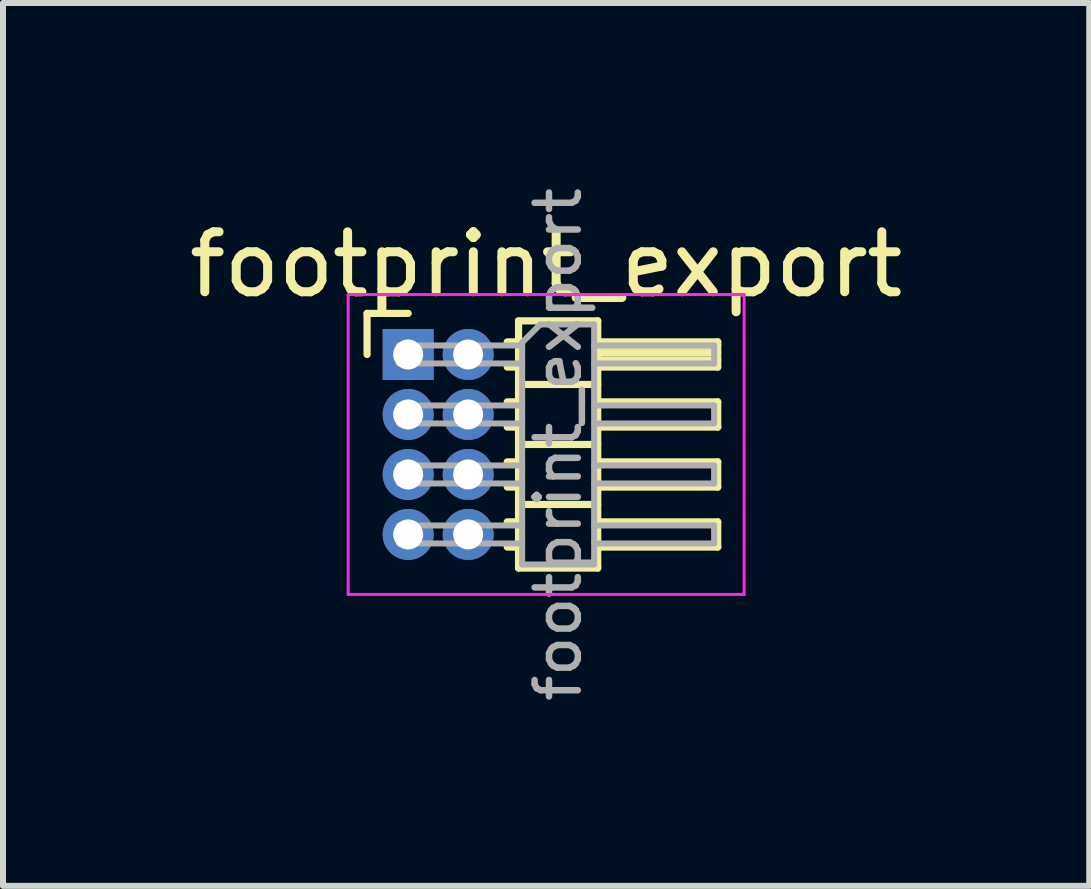
<source format=kicad_pcb>
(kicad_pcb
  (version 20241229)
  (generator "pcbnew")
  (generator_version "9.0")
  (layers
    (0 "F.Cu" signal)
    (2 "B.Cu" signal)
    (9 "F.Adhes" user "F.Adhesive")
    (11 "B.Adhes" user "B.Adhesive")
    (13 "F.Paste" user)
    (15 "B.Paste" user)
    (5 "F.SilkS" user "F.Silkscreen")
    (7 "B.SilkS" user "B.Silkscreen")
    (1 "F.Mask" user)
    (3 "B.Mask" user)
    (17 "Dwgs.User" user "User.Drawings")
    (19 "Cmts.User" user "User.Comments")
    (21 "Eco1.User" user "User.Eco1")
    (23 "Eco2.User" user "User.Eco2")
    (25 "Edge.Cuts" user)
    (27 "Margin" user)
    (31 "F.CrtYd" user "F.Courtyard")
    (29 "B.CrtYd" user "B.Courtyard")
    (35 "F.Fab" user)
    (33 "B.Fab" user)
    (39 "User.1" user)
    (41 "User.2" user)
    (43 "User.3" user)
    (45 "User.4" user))
  (footprint "footprint_export"
    (layer "F.Cu")
    (at 3.754 2.859)
    (property "Reference" "footprint_export" (at 2.3 -1.5 0) (layer "F.SilkS") (effects (font (size 1 1) (thickness 0.15))))
    (attr through_hole)
    (fp_line (start -0.685 -0.685) (end 0 -0.685) (stroke (width 0.12) (type solid)) (layer "F.SilkS"))
    (fp_line (start -0.685 0) (end -0.685 -0.685) (stroke (width 0.12) (type solid)) (layer "F.SilkS"))
    (fp_line (start 1.652 -0.21) (end 1.84 -0.21) (stroke (width 0.12) (type solid)) (layer "F.SilkS"))
    (fp_line (start 1.652 0.21) (end 1.84 0.21) (stroke (width 0.12) (type solid)) (layer "F.SilkS"))
    (fp_line (start 1.652 0.79) (end 1.84 0.79) (stroke (width 0.12) (type solid)) (layer "F.SilkS"))
    (fp_line (start 1.652 1.21) (end 1.84 1.21) (stroke (width 0.12) (type solid)) (layer "F.SilkS"))
    (fp_line (start 1.652 1.79) (end 1.84 1.79) (stroke (width 0.12) (type solid)) (layer "F.SilkS"))
    (fp_line (start 1.652 2.21) (end 1.84 2.21) (stroke (width 0.12) (type solid)) (layer "F.SilkS"))
    (fp_line (start 1.652 2.79) (end 1.84 2.79) (stroke (width 0.12) (type solid)) (layer "F.SilkS"))
    (fp_line (start 1.652 3.21) (end 1.84 3.21) (stroke (width 0.12) (type solid)) (layer "F.SilkS"))
    (fp_line (start 1.84 -0.56) (end 1.84 3.56) (stroke (width 0.12) (type solid)) (layer "F.SilkS"))
    (fp_line (start 1.84 0.5) (end 3.16 0.5) (stroke (width 0.12) (type solid)) (layer "F.SilkS"))
    (fp_line (start 1.84 1.5) (end 3.16 1.5) (stroke (width 0.12) (type solid)) (layer "F.SilkS"))
    (fp_line (start 1.84 2.5) (end 3.16 2.5) (stroke (width 0.12) (type solid)) (layer "F.SilkS"))
    (fp_line (start 1.84 3.56) (end 3.16 3.56) (stroke (width 0.12) (type solid)) (layer "F.SilkS"))
    (fp_line (start 3.16 -0.56) (end 1.84 -0.56) (stroke (width 0.12) (type solid)) (layer "F.SilkS"))
    (fp_line (start 3.16 -0.21) (end 5.16 -0.21) (stroke (width 0.12) (type solid)) (layer "F.SilkS"))
    (fp_line (start 3.16 -0.15) (end 5.16 -0.15) (stroke (width 0.12) (type solid)) (layer "F.SilkS"))
    (fp_line (start 3.16 -0.03) (end 5.16 -0.03) (stroke (width 0.12) (type solid)) (layer "F.SilkS"))
    (fp_line (start 3.16 0.09) (end 5.16 0.09) (stroke (width 0.12) (type solid)) (layer "F.SilkS"))
    (fp_line (start 3.16 0.79) (end 5.16 0.79) (stroke (width 0.12) (type solid)) (layer "F.SilkS"))
    (fp_line (start 3.16 1.79) (end 5.16 1.79) (stroke (width 0.12) (type solid)) (layer "F.SilkS"))
    (fp_line (start 3.16 2.79) (end 5.16 2.79) (stroke (width 0.12) (type solid)) (layer "F.SilkS"))
    (fp_line (start 3.16 3.56) (end 3.16 -0.56) (stroke (width 0.12) (type solid)) (layer "F.SilkS"))
    (fp_line (start 5.16 -0.21) (end 5.16 0.21) (stroke (width 0.12) (type solid)) (layer "F.SilkS"))
    (fp_line (start 5.16 0.21) (end 3.16 0.21) (stroke (width 0.12) (type solid)) (layer "F.SilkS"))
    (fp_line (start 5.16 0.79) (end 5.16 1.21) (stroke (width 0.12) (type solid)) (layer "F.SilkS"))
    (fp_line (start 5.16 1.21) (end 3.16 1.21) (stroke (width 0.12) (type solid)) (layer "F.SilkS"))
    (fp_line (start 5.16 1.79) (end 5.16 2.21) (stroke (width 0.12) (type solid)) (layer "F.SilkS"))
    (fp_line (start 5.16 2.21) (end 3.16 2.21) (stroke (width 0.12) (type solid)) (layer "F.SilkS"))
    (fp_line (start 5.16 2.79) (end 5.16 3.21) (stroke (width 0.12) (type solid)) (layer "F.SilkS"))
    (fp_line (start 5.16 3.21) (end 3.16 3.21) (stroke (width 0.12) (type solid)) (layer "F.SilkS"))
    (fp_line (start -1 -1) (end -1 4) (stroke (width 0.05) (type solid)) (layer "F.CrtYd"))
    (fp_line (start -1 4) (end 5.6 4) (stroke (width 0.05) (type solid)) (layer "F.CrtYd"))
    (fp_line (start 5.6 -1) (end -1 -1) (stroke (width 0.05) (type solid)) (layer "F.CrtYd"))
    (fp_line (start 5.6 4) (end 5.6 -1) (stroke (width 0.05) (type solid)) (layer "F.CrtYd"))
    (fp_line (start -0.15 -0.15) (end -0.15 0.15) (stroke (width 0.1) (type solid)) (layer "F.Fab"))
    (fp_line (start -0.15 -0.15) (end 1.9 -0.15) (stroke (width 0.1) (type solid)) (layer "F.Fab"))
    (fp_line (start -0.15 0.15) (end 1.9 0.15) (stroke (width 0.1) (type solid)) (layer "F.Fab"))
    (fp_line (start -0.15 0.85) (end -0.15 1.15) (stroke (width 0.1) (type solid)) (layer "F.Fab"))
    (fp_line (start -0.15 0.85) (end 1.9 0.85) (stroke (width 0.1) (type solid)) (layer "F.Fab"))
    (fp_line (start -0.15 1.15) (end 1.9 1.15) (stroke (width 0.1) (type solid)) (layer "F.Fab"))
    (fp_line (start -0.15 1.85) (end -0.15 2.15) (stroke (width 0.1) (type solid)) (layer "F.Fab"))
    (fp_line (start -0.15 1.85) (end 1.9 1.85) (stroke (width 0.1) (type solid)) (layer "F.Fab"))
    (fp_line (start -0.15 2.15) (end 1.9 2.15) (stroke (width 0.1) (type solid)) (layer "F.Fab"))
    (fp_line (start -0.15 2.85) (end -0.15 3.15) (stroke (width 0.1) (type solid)) (layer "F.Fab"))
    (fp_line (start -0.15 2.85) (end 1.9 2.85) (stroke (width 0.1) (type solid)) (layer "F.Fab"))
    (fp_line (start -0.15 3.15) (end 1.9 3.15) (stroke (width 0.1) (type solid)) (layer "F.Fab"))
    (fp_line (start 1.9 -0.2) (end 2.2 -0.5) (stroke (width 0.1) (type solid)) (layer "F.Fab"))
    (fp_line (start 1.9 3.5) (end 1.9 -0.2) (stroke (width 0.1) (type solid)) (layer "F.Fab"))
    (fp_line (start 2.2 -0.5) (end 3.1 -0.5) (stroke (width 0.1) (type solid)) (layer "F.Fab"))
    (fp_line (start 3.1 -0.5) (end 3.1 3.5) (stroke (width 0.1) (type solid)) (layer "F.Fab"))
    (fp_line (start 3.1 -0.15) (end 5.1 -0.15) (stroke (width 0.1) (type solid)) (layer "F.Fab"))
    (fp_line (start 3.1 0.15) (end 5.1 0.15) (stroke (width 0.1) (type solid)) (layer "F.Fab"))
    (fp_line (start 3.1 0.85) (end 5.1 0.85) (stroke (width 0.1) (type solid)) (layer "F.Fab"))
    (fp_line (start 3.1 1.15) (end 5.1 1.15) (stroke (width 0.1) (type solid)) (layer "F.Fab"))
    (fp_line (start 3.1 1.85) (end 5.1 1.85) (stroke (width 0.1) (type solid)) (layer "F.Fab"))
    (fp_line (start 3.1 2.15) (end 5.1 2.15) (stroke (width 0.1) (type solid)) (layer "F.Fab"))
    (fp_line (start 3.1 2.85) (end 5.1 2.85) (stroke (width 0.1) (type solid)) (layer "F.Fab"))
    (fp_line (start 3.1 3.15) (end 5.1 3.15) (stroke (width 0.1) (type solid)) (layer "F.Fab"))
    (fp_line (start 3.1 3.5) (end 1.9 3.5) (stroke (width 0.1) (type solid)) (layer "F.Fab"))
    (fp_line (start 5.1 -0.15) (end 5.1 0.15) (stroke (width 0.1) (type solid)) (layer "F.Fab"))
    (fp_line (start 5.1 0.85) (end 5.1 1.15) (stroke (width 0.1) (type solid)) (layer "F.Fab"))
    (fp_line (start 5.1 1.85) (end 5.1 2.15) (stroke (width 0.1) (type solid)) (layer "F.Fab"))
    (fp_line (start 5.1 2.85) (end 5.1 3.15) (stroke (width 0.1) (type solid)) (layer "F.Fab"))
    (fp_text user "${REFERENCE}" (at 2.5 1.5 90) (layer "F.Fab") (effects (font (size 0.72 0.72) (thickness 0.108))))
    (pad "1" thru_hole rect (at 0 0) (size 0.85 0.85) (drill 0.5) (layers "*.Cu" "*.Mask"))
    (pad "2" thru_hole oval (at 1 0) (size 0.85 0.85) (drill 0.5) (layers "*.Cu" "*.Mask"))
    (pad "3" thru_hole oval (at 0 1) (size 0.85 0.85) (drill 0.5) (layers "*.Cu" "*.Mask"))
    (pad "4" thru_hole oval (at 1 1) (size 0.85 0.85) (drill 0.5) (layers "*.Cu" "*.Mask"))
    (pad "5" thru_hole oval (at 0 2) (size 0.85 0.85) (drill 0.5) (layers "*.Cu" "*.Mask"))
    (pad "6" thru_hole oval (at 1 2) (size 0.85 0.85) (drill 0.5) (layers "*.Cu" "*.Mask"))
    (pad "7" thru_hole oval (at 0 3) (size 0.85 0.85) (drill 0.5) (layers "*.Cu" "*.Mask"))
    (pad "8" thru_hole oval (at 1 3) (size 0.85 0.85) (drill 0.5) (layers "*.Cu" "*.Mask")))
  (gr_rect
    (start -3 -3)
    (end 15.107 11.717)
    (stroke (width 0.1) (type default))
    (fill no)
    (layer "Edge.Cuts")))
</source>
